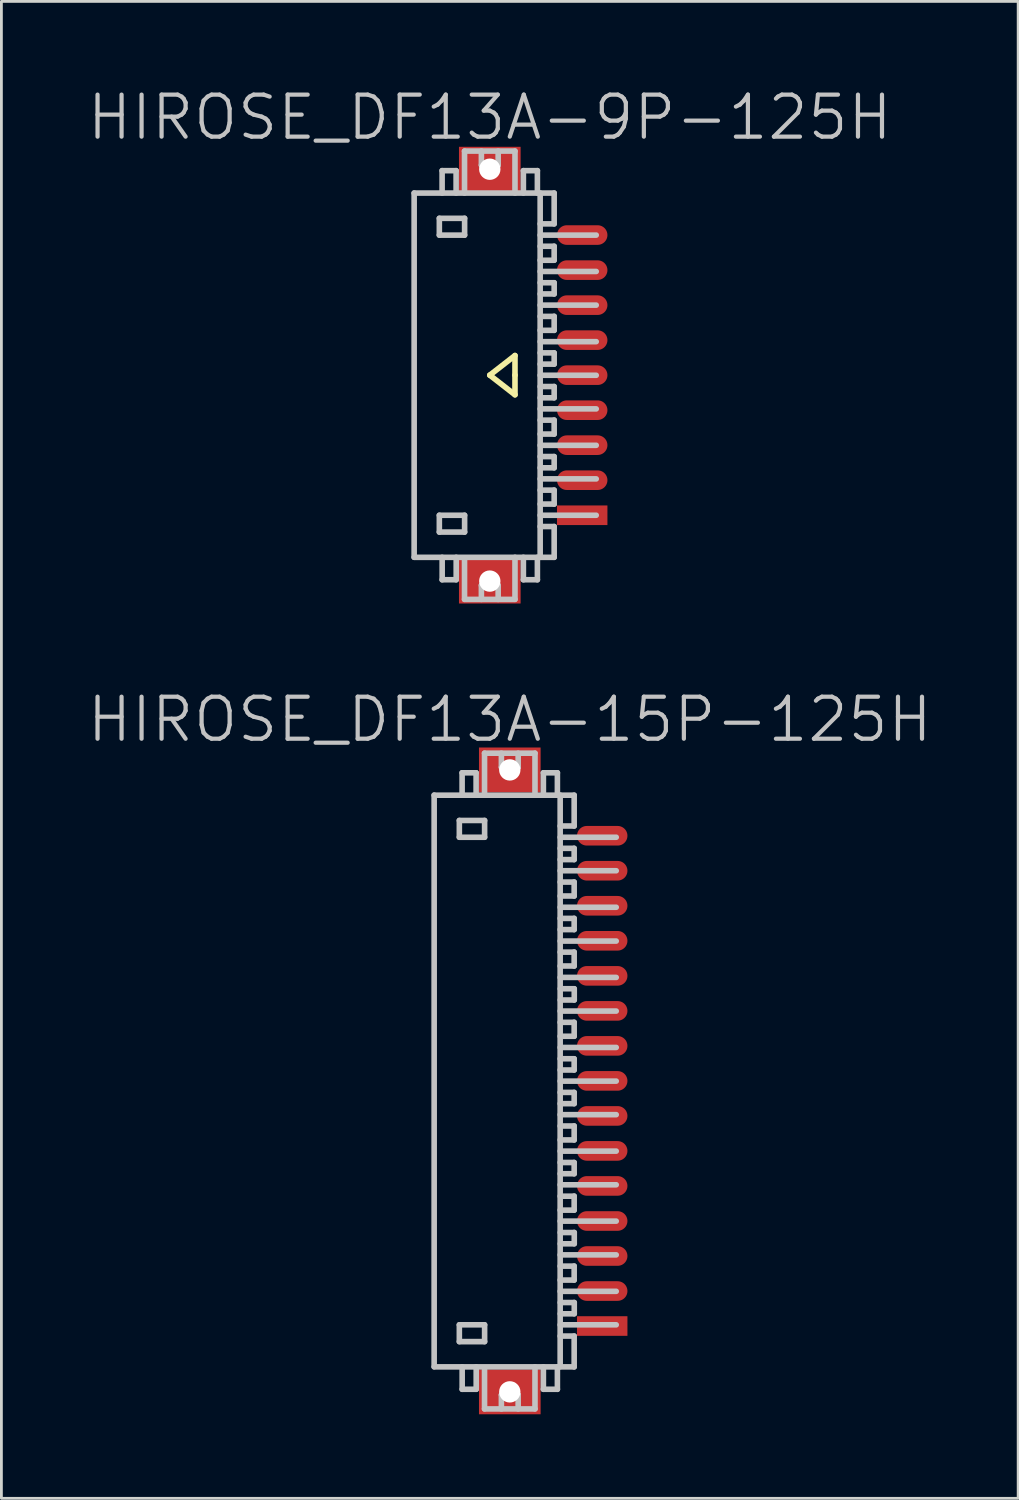
<source format=kicad_pcb>
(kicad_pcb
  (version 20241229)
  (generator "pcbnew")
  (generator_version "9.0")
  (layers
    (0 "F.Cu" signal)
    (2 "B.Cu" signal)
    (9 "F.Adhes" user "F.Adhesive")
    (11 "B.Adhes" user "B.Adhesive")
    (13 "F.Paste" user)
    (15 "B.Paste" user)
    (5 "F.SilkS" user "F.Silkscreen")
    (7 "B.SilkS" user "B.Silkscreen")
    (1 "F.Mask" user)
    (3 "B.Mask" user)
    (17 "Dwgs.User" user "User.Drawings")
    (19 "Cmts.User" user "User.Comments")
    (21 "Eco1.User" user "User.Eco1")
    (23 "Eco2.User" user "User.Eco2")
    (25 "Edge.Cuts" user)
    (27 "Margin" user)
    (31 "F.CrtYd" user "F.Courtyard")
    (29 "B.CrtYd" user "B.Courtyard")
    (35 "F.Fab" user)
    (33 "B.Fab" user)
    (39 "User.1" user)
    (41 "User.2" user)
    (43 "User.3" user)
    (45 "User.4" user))
  (footprint "HIROSE_DF13A-9P-125H"
    (layer "F.Cu")
    (at 14.432 10.341)
    (property "Reference" "HIROSE_DF13A-9P-125H" (at 0 -9.2 180) (layer "Dwgs.User") (effects (font (size 1.5 1.5) (thickness 0.15))))
    (attr smd)
    (fp_line (start 0 0) (end 0.9 0.7) (stroke (width 0.2) (type solid)) (layer "F.SilkS"))
    (fp_line (start 0.9 -0.7) (end 0 0) (stroke (width 0.2) (type solid)) (layer "F.SilkS"))
    (fp_line (start 0.9 0) (end 0.9 -0.7) (stroke (width 0.2) (type solid)) (layer "F.SilkS"))
    (fp_line (start 0.9 0.7) (end 0.9 0) (stroke (width 0.2) (type solid)) (layer "F.SilkS"))
    (fp_line (start -2.699 -6.5) (end 2.299 -6.5) (stroke (width 0.2) (type solid)) (layer "Dwgs.User"))
    (fp_line (start -2.699 6.5) (end -2.699 -6.5) (stroke (width 0.2) (type solid)) (layer "Dwgs.User"))
    (fp_line (start -1.8 -5.598) (end -1.8 -4.999) (stroke (width 0.2) (type solid)) (layer "Dwgs.User"))
    (fp_line (start -1.8 -4.999) (end -0.898 -4.999) (stroke (width 0.2) (type solid)) (layer "Dwgs.User"))
    (fp_line (start -1.8 5.001) (end -0.898 5.001) (stroke (width 0.2) (type solid)) (layer "Dwgs.User"))
    (fp_line (start -1.8 5.601) (end -1.8 5.001) (stroke (width 0.2) (type solid)) (layer "Dwgs.User"))
    (fp_line (start -1.701 -7.3) (end -1.701 -6.5) (stroke (width 0.2) (type solid)) (layer "Dwgs.User"))
    (fp_line (start -1.699 7.303) (end -1.699 6.502) (stroke (width 0.2) (type solid)) (layer "Dwgs.User"))
    (fp_line (start -1.201 -7.3) (end -1.701 -7.3) (stroke (width 0.2) (type solid)) (layer "Dwgs.User"))
    (fp_line (start -1.201 -6.5) (end -1.201 -7.3) (stroke (width 0.2) (type solid)) (layer "Dwgs.User"))
    (fp_line (start -1.198 6.502) (end -1.198 7.303) (stroke (width 0.2) (type solid)) (layer "Dwgs.User"))
    (fp_line (start -1.198 7.303) (end -1.699 7.303) (stroke (width 0.2) (type solid)) (layer "Dwgs.User"))
    (fp_line (start -0.901 -7.998) (end -0.901 -6.5) (stroke (width 0.2) (type solid)) (layer "Dwgs.User"))
    (fp_line (start -0.901 8.001) (end -0.901 6.601) (stroke (width 0.2) (type solid)) (layer "Dwgs.User"))
    (fp_line (start -0.898 -5.598) (end -1.8 -5.598) (stroke (width 0.2) (type solid)) (layer "Dwgs.User"))
    (fp_line (start -0.898 -4.999) (end -0.898 -5.598) (stroke (width 0.2) (type solid)) (layer "Dwgs.User"))
    (fp_line (start -0.898 5.001) (end -0.898 5.601) (stroke (width 0.2) (type solid)) (layer "Dwgs.User"))
    (fp_line (start -0.898 5.601) (end -1.8 5.601) (stroke (width 0.2) (type solid)) (layer "Dwgs.User"))
    (fp_line (start -0.299 -7.498) (end -0.299 -7.998) (stroke (width 0.2) (type solid)) (layer "Dwgs.User"))
    (fp_line (start -0.299 -7.498) (end 0.3 -7.498) (stroke (width 0.2) (type solid)) (layer "Dwgs.User"))
    (fp_line (start -0.299 7.503) (end 0.3 7.503) (stroke (width 0.2) (type solid)) (layer "Dwgs.User"))
    (fp_line (start -0.299 8.004) (end -0.299 7.503) (stroke (width 0.2) (type solid)) (layer "Dwgs.User"))
    (fp_line (start 0.3 -7.498) (end 0.3 -7.998) (stroke (width 0.2) (type solid)) (layer "Dwgs.User"))
    (fp_line (start 0.3 8.004) (end 0.3 7.503) (stroke (width 0.2) (type solid)) (layer "Dwgs.User"))
    (fp_line (start 0.9 -7.998) (end -0.901 -7.998) (stroke (width 0.2) (type solid)) (layer "Dwgs.User"))
    (fp_line (start 0.9 -6.5) (end 0.9 -7.998) (stroke (width 0.2) (type solid)) (layer "Dwgs.User"))
    (fp_line (start 0.9 8.001) (end 0.9 6.502) (stroke (width 0.2) (type solid)) (layer "Dwgs.User"))
    (fp_line (start 0.9 8.004) (end -0.901 8.004) (stroke (width 0.2) (type solid)) (layer "Dwgs.User"))
    (fp_line (start 1.2 -6.5) (end 1.2 -7.3) (stroke (width 0.2) (type solid)) (layer "Dwgs.User"))
    (fp_line (start 1.2 7.303) (end 1.2 6.502) (stroke (width 0.2) (type solid)) (layer "Dwgs.User"))
    (fp_line (start 1.7 -7.3) (end 1.2 -7.3) (stroke (width 0.2) (type solid)) (layer "Dwgs.User"))
    (fp_line (start 1.7 -7.3) (end 1.7 -6.5) (stroke (width 0.2) (type solid)) (layer "Dwgs.User"))
    (fp_line (start 1.7 6.502) (end 1.7 7.303) (stroke (width 0.2) (type solid)) (layer "Dwgs.User"))
    (fp_line (start 1.7 7.303) (end 1.2 7.303) (stroke (width 0.2) (type solid)) (layer "Dwgs.User"))
    (fp_line (start 1.799 -6.5) (end 1.799 6.5) (stroke (width 0.2) (type solid)) (layer "Dwgs.User"))
    (fp_line (start 1.799 -4.6) (end 2.299 -4.6) (stroke (width 0.2) (type solid)) (layer "Dwgs.User"))
    (fp_line (start 1.799 -3.701) (end 3.8 -3.701) (stroke (width 0.2) (type solid)) (layer "Dwgs.User"))
    (fp_line (start 1.799 -2.499) (end 3.8 -2.499) (stroke (width 0.2) (type solid)) (layer "Dwgs.User"))
    (fp_line (start 1.799 -2.098) (end 2.299 -2.098) (stroke (width 0.2) (type solid)) (layer "Dwgs.User"))
    (fp_line (start 1.799 -1.196) (end 3.8 -1.196) (stroke (width 0.2) (type solid)) (layer "Dwgs.User"))
    (fp_line (start 1.799 0.005) (end 3.8 0.005) (stroke (width 0.2) (type solid)) (layer "Dwgs.User"))
    (fp_line (start 1.799 1.204) (end 3.8 1.204) (stroke (width 0.2) (type solid)) (layer "Dwgs.User"))
    (fp_line (start 1.799 1.605) (end 2.299 1.605) (stroke (width 0.2) (type solid)) (layer "Dwgs.User"))
    (fp_line (start 1.799 2.504) (end 3.8 2.504) (stroke (width 0.2) (type solid)) (layer "Dwgs.User"))
    (fp_line (start 1.799 3.703) (end 3.8 3.703) (stroke (width 0.2) (type solid)) (layer "Dwgs.User"))
    (fp_line (start 1.799 4.105) (end 2.299 4.105) (stroke (width 0.2) (type solid)) (layer "Dwgs.User"))
    (fp_line (start 1.799 5.001) (end 3.8 5.001) (stroke (width 0.2) (type solid)) (layer "Dwgs.User"))
    (fp_line (start 2.299 -5.4) (end 1.799 -5.4) (stroke (width 0.2) (type solid)) (layer "Dwgs.User"))
    (fp_line (start 2.299 -5.4) (end 2.299 -6.5) (stroke (width 0.2) (type solid)) (layer "Dwgs.User"))
    (fp_line (start 2.299 -4.602) (end 2.299 -4.102) (stroke (width 0.2) (type solid)) (layer "Dwgs.User"))
    (fp_line (start 2.299 -4.102) (end 1.799 -4.102) (stroke (width 0.2) (type solid)) (layer "Dwgs.User"))
    (fp_line (start 2.299 -3.299) (end 1.799 -3.299) (stroke (width 0.2) (type solid)) (layer "Dwgs.User"))
    (fp_line (start 2.299 -2.898) (end 1.799 -2.898) (stroke (width 0.2) (type solid)) (layer "Dwgs.User"))
    (fp_line (start 2.299 -2.898) (end 2.299 -3.299) (stroke (width 0.2) (type solid)) (layer "Dwgs.User"))
    (fp_line (start 2.299 -2.101) (end 2.299 -1.6) (stroke (width 0.2) (type solid)) (layer "Dwgs.User"))
    (fp_line (start 2.299 -1.6) (end 1.799 -1.6) (stroke (width 0.2) (type solid)) (layer "Dwgs.User"))
    (fp_line (start 2.299 -0.795) (end 1.799 -0.795) (stroke (width 0.2) (type solid)) (layer "Dwgs.User"))
    (fp_line (start 2.299 -0.394) (end 1.799 -0.394) (stroke (width 0.2) (type solid)) (layer "Dwgs.User"))
    (fp_line (start 2.299 -0.394) (end 2.299 -0.795) (stroke (width 0.2) (type solid)) (layer "Dwgs.User"))
    (fp_line (start 2.299 0.406) (end 1.799 0.406) (stroke (width 0.2) (type solid)) (layer "Dwgs.User"))
    (fp_line (start 2.299 0.808) (end 1.799 0.808) (stroke (width 0.2) (type solid)) (layer "Dwgs.User"))
    (fp_line (start 2.299 0.808) (end 2.299 0.406) (stroke (width 0.2) (type solid)) (layer "Dwgs.User"))
    (fp_line (start 2.299 1.603) (end 2.299 2.103) (stroke (width 0.2) (type solid)) (layer "Dwgs.User"))
    (fp_line (start 2.299 2.103) (end 1.799 2.103) (stroke (width 0.2) (type solid)) (layer "Dwgs.User"))
    (fp_line (start 2.299 2.906) (end 1.799 2.906) (stroke (width 0.2) (type solid)) (layer "Dwgs.User"))
    (fp_line (start 2.299 3.307) (end 1.799 3.307) (stroke (width 0.2) (type solid)) (layer "Dwgs.User"))
    (fp_line (start 2.299 3.307) (end 2.299 2.906) (stroke (width 0.2) (type solid)) (layer "Dwgs.User"))
    (fp_line (start 2.299 4.102) (end 2.299 4.602) (stroke (width 0.2) (type solid)) (layer "Dwgs.User"))
    (fp_line (start 2.299 4.602) (end 1.799 4.602) (stroke (width 0.2) (type solid)) (layer "Dwgs.User"))
    (fp_line (start 2.299 5.403) (end 1.799 5.403) (stroke (width 0.2) (type solid)) (layer "Dwgs.User"))
    (fp_line (start 2.299 6.502) (end -2.699 6.502) (stroke (width 0.2) (type solid)) (layer "Dwgs.User"))
    (fp_line (start 2.299 6.502) (end 2.299 5.403) (stroke (width 0.2) (type solid)) (layer "Dwgs.User"))
    (fp_line (start 3.8 -4.999) (end 1.799 -4.999) (stroke (width 0.2) (type solid)) (layer "Dwgs.User"))
    (pad "" np_thru_hole rect (at 0.001 -7.351 270) (size 1.6 2.2) (drill 0.762) (layers "F.Cu" "F.Mask" "F.Paste"))
    (pad "" np_thru_hole rect (at 0.001 7.351 270) (size 1.6 2.2) (drill 0.762) (layers "F.Cu" "F.Mask" "F.Paste"))
    (pad "1" smd rect (at 3.3 5.001 270) (size 0.7 1.8) (layers "F.Cu" "F.Mask" "F.Paste"))
    (pad "2" smd oval (at 3.3 3.749 270) (size 0.7 1.8) (layers "F.Cu" "F.Mask" "F.Paste"))
    (pad "3" smd oval (at 3.3 2.499 270) (size 0.7 1.8) (layers "F.Cu" "F.Mask" "F.Paste"))
    (pad "4" smd oval (at 3.3 1.25 270) (size 0.7 1.8) (layers "F.Cu" "F.Mask" "F.Paste"))
    (pad "5" smd oval (at 3.3 0 270) (size 0.7 1.8) (layers "F.Cu" "F.Mask" "F.Paste"))
    (pad "6" smd oval (at 3.3 -1.25 270) (size 0.7 1.8) (layers "F.Cu" "F.Mask" "F.Paste"))
    (pad "7" smd oval (at 3.3 -2.499 270) (size 0.7 1.8) (layers "F.Cu" "F.Mask" "F.Paste"))
    (pad "8" smd oval (at 3.3 -3.749 270) (size 0.7 1.8) (layers "F.Cu" "F.Mask" "F.Paste"))
    (pad "9" smd oval (at 3.3 -5.001 270) (size 0.7 1.8) (layers "F.Cu" "F.Mask" "F.Paste")))
  (footprint "HIROSE_DF13A-15P-125H"
    (layer "F.Cu")
    (at 15.146 35.532)
    (property "Reference" "HIROSE_DF13A-15P-125H" (at 0 -12.9 180) (layer "Dwgs.User") (effects (font (size 1.5 1.5) (thickness 0.15))))
    (attr smd)
    (fp_line (start -2.699 -10.198) (end 2.299 -10.198) (stroke (width 0.2) (type solid)) (layer "Dwgs.User"))
    (fp_line (start -2.699 10.201) (end -2.699 -10.201) (stroke (width 0.2) (type solid)) (layer "Dwgs.User"))
    (fp_line (start -1.8 -9.296) (end -1.8 -8.697) (stroke (width 0.2) (type solid)) (layer "Dwgs.User"))
    (fp_line (start -1.8 -8.697) (end -0.898 -8.697) (stroke (width 0.2) (type solid)) (layer "Dwgs.User"))
    (fp_line (start -1.8 8.707) (end -0.898 8.707) (stroke (width 0.2) (type solid)) (layer "Dwgs.User"))
    (fp_line (start -1.8 9.307) (end -1.8 8.707) (stroke (width 0.2) (type solid)) (layer "Dwgs.User"))
    (fp_line (start -1.701 -10.998) (end -1.701 -10.198) (stroke (width 0.2) (type solid)) (layer "Dwgs.User"))
    (fp_line (start -1.699 11.008) (end -1.699 10.208) (stroke (width 0.2) (type solid)) (layer "Dwgs.User"))
    (fp_line (start -1.201 -10.998) (end -1.701 -10.998) (stroke (width 0.2) (type solid)) (layer "Dwgs.User"))
    (fp_line (start -1.201 -10.198) (end -1.201 -10.998) (stroke (width 0.2) (type solid)) (layer "Dwgs.User"))
    (fp_line (start -1.198 10.208) (end -1.198 11.008) (stroke (width 0.2) (type solid)) (layer "Dwgs.User"))
    (fp_line (start -1.198 11.008) (end -1.699 11.008) (stroke (width 0.2) (type solid)) (layer "Dwgs.User"))
    (fp_line (start -0.901 -11.697) (end -0.901 -10.198) (stroke (width 0.2) (type solid)) (layer "Dwgs.User"))
    (fp_line (start -0.901 11.707) (end -0.901 10.307) (stroke (width 0.2) (type solid)) (layer "Dwgs.User"))
    (fp_line (start -0.898 -9.296) (end -1.8 -9.296) (stroke (width 0.2) (type solid)) (layer "Dwgs.User"))
    (fp_line (start -0.898 -8.697) (end -0.898 -9.296) (stroke (width 0.2) (type solid)) (layer "Dwgs.User"))
    (fp_line (start -0.898 8.707) (end -0.898 9.307) (stroke (width 0.2) (type solid)) (layer "Dwgs.User"))
    (fp_line (start -0.898 9.307) (end -1.8 9.307) (stroke (width 0.2) (type solid)) (layer "Dwgs.User"))
    (fp_line (start -0.299 -11.196) (end -0.299 -11.697) (stroke (width 0.2) (type solid)) (layer "Dwgs.User"))
    (fp_line (start -0.299 -11.196) (end 0.3 -11.196) (stroke (width 0.2) (type solid)) (layer "Dwgs.User"))
    (fp_line (start -0.299 11.209) (end 0.3 11.209) (stroke (width 0.2) (type solid)) (layer "Dwgs.User"))
    (fp_line (start -0.299 11.709) (end -0.299 11.209) (stroke (width 0.2) (type solid)) (layer "Dwgs.User"))
    (fp_line (start 0.3 -11.196) (end 0.3 -11.697) (stroke (width 0.2) (type solid)) (layer "Dwgs.User"))
    (fp_line (start 0.3 11.709) (end 0.3 11.209) (stroke (width 0.2) (type solid)) (layer "Dwgs.User"))
    (fp_line (start 0.9 -11.697) (end -0.901 -11.697) (stroke (width 0.2) (type solid)) (layer "Dwgs.User"))
    (fp_line (start 0.9 -10.198) (end 0.9 -11.697) (stroke (width 0.2) (type solid)) (layer "Dwgs.User"))
    (fp_line (start 0.9 11.707) (end 0.9 10.208) (stroke (width 0.2) (type solid)) (layer "Dwgs.User"))
    (fp_line (start 0.9 11.709) (end -0.901 11.709) (stroke (width 0.2) (type solid)) (layer "Dwgs.User"))
    (fp_line (start 1.2 -10.198) (end 1.2 -10.998) (stroke (width 0.2) (type solid)) (layer "Dwgs.User"))
    (fp_line (start 1.2 11.008) (end 1.2 10.208) (stroke (width 0.2) (type solid)) (layer "Dwgs.User"))
    (fp_line (start 1.7 -10.998) (end 1.2 -10.998) (stroke (width 0.2) (type solid)) (layer "Dwgs.User"))
    (fp_line (start 1.7 -10.998) (end 1.7 -10.198) (stroke (width 0.2) (type solid)) (layer "Dwgs.User"))
    (fp_line (start 1.7 10.208) (end 1.7 11.008) (stroke (width 0.2) (type solid)) (layer "Dwgs.User"))
    (fp_line (start 1.7 11.008) (end 1.2 11.008) (stroke (width 0.2) (type solid)) (layer "Dwgs.User"))
    (fp_line (start 1.799 -10.201) (end 1.799 10.201) (stroke (width 0.2) (type solid)) (layer "Dwgs.User"))
    (fp_line (start 1.799 -7.501) (end 3.8 -7.501) (stroke (width 0.2) (type solid)) (layer "Dwgs.User"))
    (fp_line (start 1.799 -7.097) (end 2.299 -7.097) (stroke (width 0.2) (type solid)) (layer "Dwgs.User"))
    (fp_line (start 1.799 -6.198) (end 3.8 -6.198) (stroke (width 0.2) (type solid)) (layer "Dwgs.User"))
    (fp_line (start 1.799 -4.991) (end 3.8 -4.991) (stroke (width 0.2) (type solid)) (layer "Dwgs.User"))
    (fp_line (start 1.799 -4.597) (end 2.299 -4.597) (stroke (width 0.2) (type solid)) (layer "Dwgs.User"))
    (fp_line (start 1.799 -3.693) (end 3.8 -3.693) (stroke (width 0.2) (type solid)) (layer "Dwgs.User"))
    (fp_line (start 1.799 -2.492) (end 3.8 -2.492) (stroke (width 0.2) (type solid)) (layer "Dwgs.User"))
    (fp_line (start 1.799 -2.09) (end 2.299 -2.09) (stroke (width 0.2) (type solid)) (layer "Dwgs.User"))
    (fp_line (start 1.799 -1.194) (end 3.8 -1.194) (stroke (width 0.2) (type solid)) (layer "Dwgs.User"))
    (fp_line (start 1.799 0.008) (end 3.8 0.008) (stroke (width 0.2) (type solid)) (layer "Dwgs.User"))
    (fp_line (start 1.799 1.206) (end 3.8 1.206) (stroke (width 0.2) (type solid)) (layer "Dwgs.User"))
    (fp_line (start 1.799 1.61) (end 2.299 1.61) (stroke (width 0.2) (type solid)) (layer "Dwgs.User"))
    (fp_line (start 1.799 2.507) (end 3.8 2.507) (stroke (width 0.2) (type solid)) (layer "Dwgs.User"))
    (fp_line (start 1.799 3.708) (end 3.8 3.708) (stroke (width 0.2) (type solid)) (layer "Dwgs.User"))
    (fp_line (start 1.799 4.115) (end 2.299 4.115) (stroke (width 0.2) (type solid)) (layer "Dwgs.User"))
    (fp_line (start 1.799 5.006) (end 3.8 5.006) (stroke (width 0.2) (type solid)) (layer "Dwgs.User"))
    (fp_line (start 1.799 6.21) (end 3.8 6.21) (stroke (width 0.2) (type solid)) (layer "Dwgs.User"))
    (fp_line (start 1.799 6.612) (end 2.299 6.612) (stroke (width 0.2) (type solid)) (layer "Dwgs.User"))
    (fp_line (start 1.799 7.511) (end 3.8 7.511) (stroke (width 0.2) (type solid)) (layer "Dwgs.User"))
    (fp_line (start 1.799 8.707) (end 3.8 8.707) (stroke (width 0.2) (type solid)) (layer "Dwgs.User"))
    (fp_line (start 2.299 -9.098) (end 1.799 -9.098) (stroke (width 0.2) (type solid)) (layer "Dwgs.User"))
    (fp_line (start 2.299 -9.098) (end 2.299 -10.198) (stroke (width 0.2) (type solid)) (layer "Dwgs.User"))
    (fp_line (start 2.299 -8.301) (end 1.799 -8.301) (stroke (width 0.2) (type solid)) (layer "Dwgs.User"))
    (fp_line (start 2.299 -7.899) (end 1.799 -7.899) (stroke (width 0.2) (type solid)) (layer "Dwgs.User"))
    (fp_line (start 2.299 -7.899) (end 2.299 -8.301) (stroke (width 0.2) (type solid)) (layer "Dwgs.User"))
    (fp_line (start 2.299 -7.099) (end 2.299 -6.599) (stroke (width 0.2) (type solid)) (layer "Dwgs.User"))
    (fp_line (start 2.299 -6.599) (end 1.799 -6.599) (stroke (width 0.2) (type solid)) (layer "Dwgs.User"))
    (fp_line (start 2.299 -5.801) (end 1.799 -5.801) (stroke (width 0.2) (type solid)) (layer "Dwgs.User"))
    (fp_line (start 2.299 -5.4) (end 1.799 -5.4) (stroke (width 0.2) (type solid)) (layer "Dwgs.User"))
    (fp_line (start 2.299 -5.4) (end 2.299 -5.801) (stroke (width 0.2) (type solid)) (layer "Dwgs.User"))
    (fp_line (start 2.299 -4.6) (end 2.299 -4.1) (stroke (width 0.2) (type solid)) (layer "Dwgs.User"))
    (fp_line (start 2.299 -4.1) (end 1.799 -4.1) (stroke (width 0.2) (type solid)) (layer "Dwgs.User"))
    (fp_line (start 2.299 -2.093) (end 2.299 -1.593) (stroke (width 0.2) (type solid)) (layer "Dwgs.User"))
    (fp_line (start 2.299 -1.593) (end 1.799 -1.593) (stroke (width 0.2) (type solid)) (layer "Dwgs.User"))
    (fp_line (start 2.299 -0.79) (end 1.799 -0.79) (stroke (width 0.2) (type solid)) (layer "Dwgs.User"))
    (fp_line (start 2.299 -0.389) (end 1.799 -0.389) (stroke (width 0.2) (type solid)) (layer "Dwgs.User"))
    (fp_line (start 2.299 -0.389) (end 2.299 -0.79) (stroke (width 0.2) (type solid)) (layer "Dwgs.User"))
    (fp_line (start 2.299 0.411) (end 1.799 0.411) (stroke (width 0.2) (type solid)) (layer "Dwgs.User"))
    (fp_line (start 2.299 0.813) (end 1.799 0.813) (stroke (width 0.2) (type solid)) (layer "Dwgs.User"))
    (fp_line (start 2.299 0.813) (end 2.299 0.411) (stroke (width 0.2) (type solid)) (layer "Dwgs.User"))
    (fp_line (start 2.299 1.608) (end 2.299 2.108) (stroke (width 0.2) (type solid)) (layer "Dwgs.User"))
    (fp_line (start 2.299 2.108) (end 1.799 2.108) (stroke (width 0.2) (type solid)) (layer "Dwgs.User"))
    (fp_line (start 2.299 2.913) (end 1.799 2.913) (stroke (width 0.2) (type solid)) (layer "Dwgs.User"))
    (fp_line (start 2.299 3.315) (end 1.799 3.315) (stroke (width 0.2) (type solid)) (layer "Dwgs.User"))
    (fp_line (start 2.299 3.315) (end 2.299 2.913) (stroke (width 0.2) (type solid)) (layer "Dwgs.User"))
    (fp_line (start 2.299 4.112) (end 2.299 4.613) (stroke (width 0.2) (type solid)) (layer "Dwgs.User"))
    (fp_line (start 2.299 4.613) (end 1.799 4.613) (stroke (width 0.2) (type solid)) (layer "Dwgs.User"))
    (fp_line (start 2.299 6.609) (end 2.299 7.109) (stroke (width 0.2) (type solid)) (layer "Dwgs.User"))
    (fp_line (start 2.299 7.109) (end 1.799 7.109) (stroke (width 0.2) (type solid)) (layer "Dwgs.User"))
    (fp_line (start 2.299 9.108) (end 1.799 9.108) (stroke (width 0.2) (type solid)) (layer "Dwgs.User"))
    (fp_line (start 2.299 10.208) (end -2.699 10.208) (stroke (width 0.2) (type solid)) (layer "Dwgs.User"))
    (fp_line (start 2.299 10.208) (end 2.299 9.108) (stroke (width 0.2) (type solid)) (layer "Dwgs.User"))
    (fp_line (start 2.302 -3.289) (end 1.802 -3.289) (stroke (width 0.2) (type solid)) (layer "Dwgs.User"))
    (fp_line (start 2.302 -2.888) (end 1.802 -2.888) (stroke (width 0.2) (type solid)) (layer "Dwgs.User"))
    (fp_line (start 2.302 -2.888) (end 2.302 -3.289) (stroke (width 0.2) (type solid)) (layer "Dwgs.User"))
    (fp_line (start 2.302 5.413) (end 1.802 5.413) (stroke (width 0.2) (type solid)) (layer "Dwgs.User"))
    (fp_line (start 2.302 5.812) (end 2.302 5.41) (stroke (width 0.2) (type solid)) (layer "Dwgs.User"))
    (fp_line (start 2.302 5.814) (end 1.802 5.814) (stroke (width 0.2) (type solid)) (layer "Dwgs.User"))
    (fp_line (start 2.302 7.912) (end 1.802 7.912) (stroke (width 0.2) (type solid)) (layer "Dwgs.User"))
    (fp_line (start 2.302 8.311) (end 2.302 7.91) (stroke (width 0.2) (type solid)) (layer "Dwgs.User"))
    (fp_line (start 2.302 8.313) (end 1.802 8.313) (stroke (width 0.2) (type solid)) (layer "Dwgs.User"))
    (fp_line (start 3.8 -8.697) (end 1.799 -8.697) (stroke (width 0.2) (type solid)) (layer "Dwgs.User"))
    (pad "" np_thru_hole rect (at 0.001 -11.1 270) (size 1.6 2.2) (drill 0.762) (layers "F.Cu" "F.Mask" "F.Paste"))
    (pad "" np_thru_hole rect (at 0.001 11.1 270) (size 1.6 2.2) (drill 0.762) (layers "F.Cu" "F.Mask" "F.Paste"))
    (pad "1" smd rect (at 3.3 8.75 270) (size 0.7 1.8) (layers "F.Cu" "F.Mask" "F.Paste"))
    (pad "2" smd oval (at 3.3 7.501 270) (size 0.7 1.8) (layers "F.Cu" "F.Mask" "F.Paste"))
    (pad "3" smd oval (at 3.3 6.251 270) (size 0.7 1.8) (layers "F.Cu" "F.Mask" "F.Paste"))
    (pad "4" smd oval (at 3.3 5.001 270) (size 0.7 1.8) (layers "F.Cu" "F.Mask" "F.Paste"))
    (pad "5" smd oval (at 3.3 3.749 270) (size 0.7 1.8) (layers "F.Cu" "F.Mask" "F.Paste"))
    (pad "6" smd oval (at 3.3 2.499 270) (size 0.7 1.8) (layers "F.Cu" "F.Mask" "F.Paste"))
    (pad "7" smd oval (at 3.3 1.25 270) (size 0.7 1.8) (layers "F.Cu" "F.Mask" "F.Paste"))
    (pad "8" smd oval (at 3.3 0 270) (size 0.7 1.8) (layers "F.Cu" "F.Mask" "F.Paste"))
    (pad "9" smd oval (at 3.3 -1.25 270) (size 0.7 1.8) (layers "F.Cu" "F.Mask" "F.Paste"))
    (pad "10" smd oval (at 3.3 -2.499 270) (size 0.7 1.8) (layers "F.Cu" "F.Mask" "F.Paste"))
    (pad "11" smd oval (at 3.3 -3.749 270) (size 0.7 1.8) (layers "F.Cu" "F.Mask" "F.Paste"))
    (pad "12" smd oval (at 3.3 -5.001 270) (size 0.7 1.8) (layers "F.Cu" "F.Mask" "F.Paste"))
    (pad "13" smd oval (at 3.3 -6.251 270) (size 0.7 1.8) (layers "F.Cu" "F.Mask" "F.Paste"))
    (pad "14" smd oval (at 3.3 -7.501 270) (size 0.7 1.8) (layers "F.Cu" "F.Mask" "F.Paste"))
    (pad "15" smd oval (at 3.3 -8.75 270) (size 0.7 1.8) (layers "F.Cu" "F.Mask" "F.Paste")))
  (gr_rect
    (start -3 -3)
    (end 33.293 50.432)
    (stroke (width 0.1) (type default))
    (fill no)
    (layer "Edge.Cuts")))
</source>
